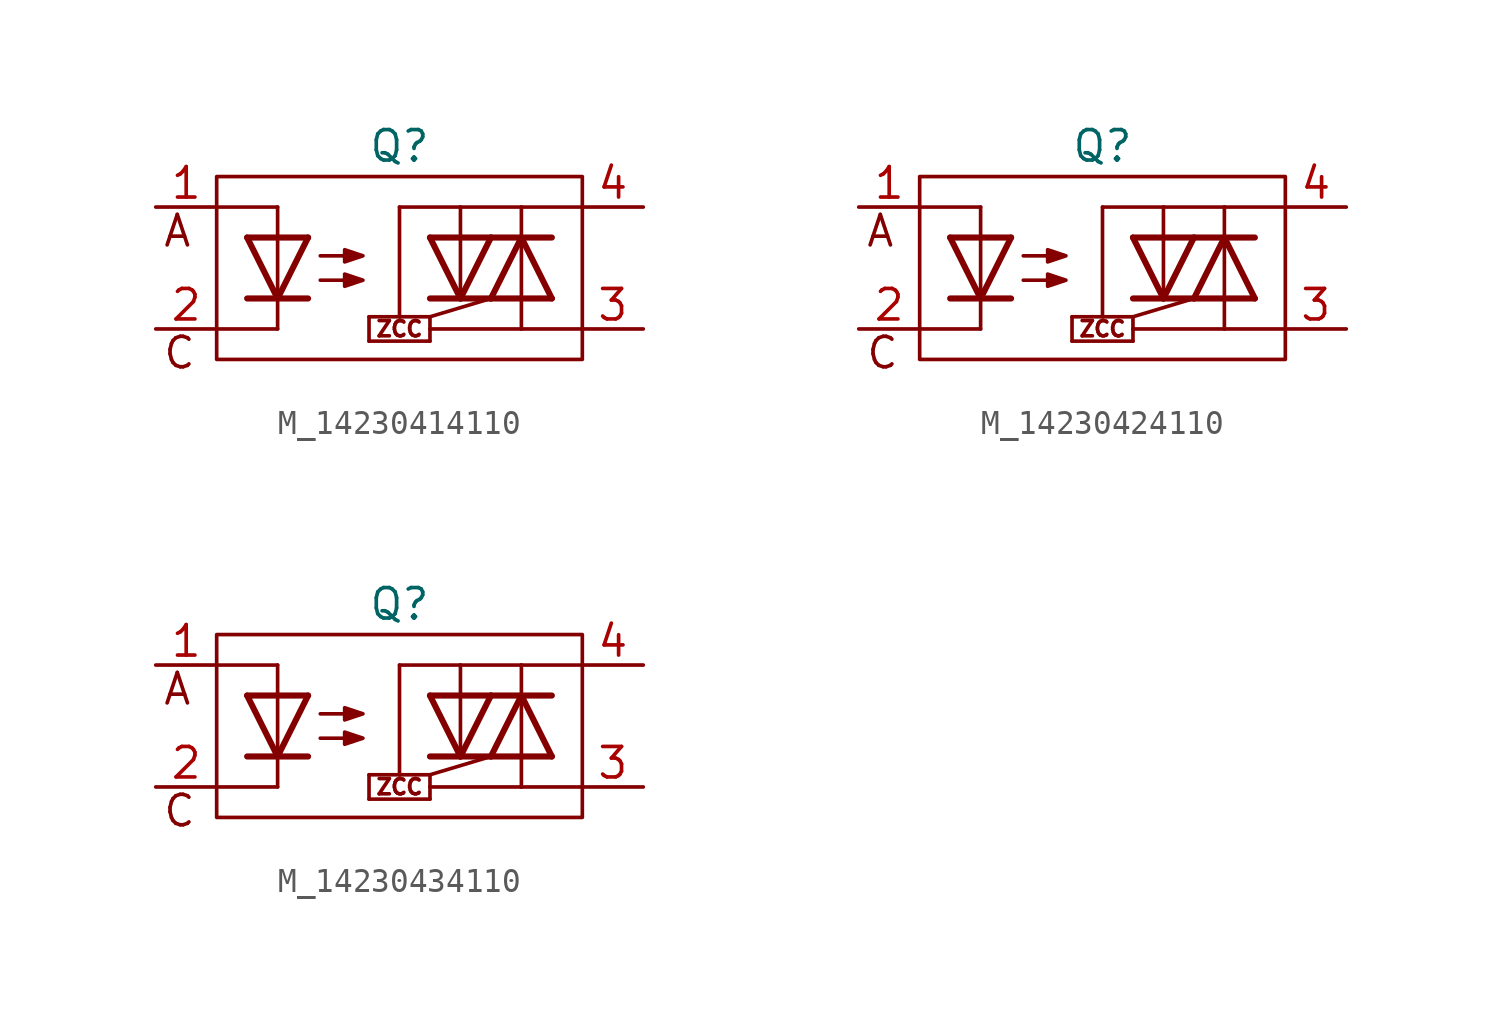
<source format=kicad_sym>
(kicad_symbol_lib
  (version 20220914)
  (generator kicad_symbol_editor)
  (symbol "M_14230414110"
    (pin_names hide)
    (property "Reference" "Q"
      (at 0 5.08 0)
      (effects (font (size 1.27 1.27))))
    (symbol "M_14230414110_0_0"
      (polyline (pts (xy -5.08 -2.54) (xy -7.62 -2.54)) (stroke (width 0.152) (type default)) (fill (type none)))
      (polyline (pts (xy -5.08 -1.27) (xy -6.35 -1.27)) (stroke (width 0.254) (type default)) (fill (type none)))
      (polyline (pts (xy -5.08 -1.27) (xy -6.35 1.27)) (stroke (width 0.254) (type default)) (fill (type none)))
      (polyline (pts (xy -5.08 -1.27) (xy -5.08 -2.54)) (stroke (width 0.152) (type default)) (fill (type none)))
      (polyline (pts (xy -5.08 1.27) (xy -6.35 1.27)) (stroke (width 0.254) (type default)) (fill (type none)))
      (polyline (pts (xy -5.08 1.27) (xy -5.08 -1.27)) (stroke (width 0.152) (type default)) (fill (type none)))
      (polyline (pts (xy -5.08 1.27) (xy -5.08 2.54)) (stroke (width 0.152) (type default)) (fill (type none)))
      (polyline (pts (xy -3.81 -1.27) (xy -5.08 -1.27)) (stroke (width 0.254) (type default)) (fill (type none)))
      (polyline (pts (xy -3.81 1.27) (xy -5.08 -1.27)) (stroke (width 0.254) (type default)) (fill (type none)))
      (polyline (pts (xy -3.81 1.27) (xy -5.08 1.27)) (stroke (width 0.254) (type default)) (fill (type none)))
      (polyline (pts (xy -3.302 -0.508) (xy -2.032 -0.508)) (stroke (width 0.152) (type default)) (fill (type none)))
      (polyline (pts (xy -3.302 0.508) (xy -2.032 0.508)) (stroke (width 0.152) (type default)) (fill (type none)))
      (polyline (pts (xy -1.27 -3.048) (xy -1.27 -2.032)) (stroke (width 0.152) (type default)) (fill (type none)))
      (polyline (pts (xy -1.27 -2.032) (xy 0 -2.032)) (stroke (width 0.152) (type default)) (fill (type none)))
      (polyline (pts (xy 0 -2.032) (xy 1.27 -2.032)) (stroke (width 0.152) (type default)) (fill (type none)))
      (polyline (pts (xy 0 2.54) (xy 0 -2.032)) (stroke (width 0.152) (type default)) (fill (type none)))
      (polyline (pts (xy 1.27 -3.048) (xy -1.27 -3.048)) (stroke (width 0.152) (type default)) (fill (type none)))
      (polyline (pts (xy 1.27 -2.54) (xy 1.27 -3.048)) (stroke (width 0.152) (type default)) (fill (type none)))
      (polyline (pts (xy 1.27 -2.54) (xy 5.08 -2.54)) (stroke (width 0.152) (type default)) (fill (type none)))
      (polyline (pts (xy 1.27 -2.032) (xy 1.27 -2.54)) (stroke (width 0.152) (type default)) (fill (type none)))
      (polyline (pts (xy 2.54 -1.27) (xy 1.27 -1.27)) (stroke (width 0.254) (type default)) (fill (type none)))
      (polyline (pts (xy 2.54 -1.27) (xy 1.27 1.27)) (stroke (width 0.254) (type default)) (fill (type none)))
      (polyline (pts (xy 2.54 1.27) (xy 1.27 1.27)) (stroke (width 0.254) (type default)) (fill (type none)))
      (polyline (pts (xy 2.54 1.27) (xy 2.54 -1.27)) (stroke (width 0.152) (type default)) (fill (type none)))
      (polyline (pts (xy 2.54 1.27) (xy 2.54 2.54)) (stroke (width 0.152) (type default)) (fill (type none)))
      (polyline (pts (xy 2.54 2.54) (xy 0 2.54)) (stroke (width 0.152) (type default)) (fill (type none)))
      (polyline (pts (xy 3.81 -1.27) (xy 1.27 -2.032)) (stroke (width 0.152) (type default)) (fill (type none)))
      (polyline (pts (xy 3.81 -1.27) (xy 2.54 -1.27)) (stroke (width 0.254) (type default)) (fill (type none)))
      (polyline (pts (xy 3.81 -1.27) (xy 5.08 -1.27)) (stroke (width 0.254) (type default)) (fill (type none)))
      (polyline (pts (xy 3.81 -1.27) (xy 5.08 1.27)) (stroke (width 0.254) (type default)) (fill (type none)))
      (polyline (pts (xy 3.81 1.27) (xy 2.54 -1.27)) (stroke (width 0.254) (type default)) (fill (type none)))
      (polyline (pts (xy 3.81 1.27) (xy 2.54 1.27)) (stroke (width 0.254) (type default)) (fill (type none)))
      (polyline (pts (xy 3.81 1.27) (xy 5.08 1.27)) (stroke (width 0.254) (type default)) (fill (type none)))
      (polyline (pts (xy 5.08 -1.27) (xy 5.08 -2.54)) (stroke (width 0.152) (type default)) (fill (type none)))
      (polyline (pts (xy 5.08 -1.27) (xy 5.08 1.27)) (stroke (width 0.152) (type default)) (fill (type none)))
      (polyline (pts (xy 5.08 -1.27) (xy 6.35 -1.27)) (stroke (width 0.254) (type default)) (fill (type none)))
      (polyline (pts (xy 5.08 1.27) (xy 5.08 2.54)) (stroke (width 0.152) (type default)) (fill (type none)))
      (polyline (pts (xy 5.08 1.27) (xy 6.35 -1.27)) (stroke (width 0.254) (type default)) (fill (type none)))
      (polyline (pts (xy 5.08 1.27) (xy 6.35 1.27)) (stroke (width 0.254) (type default)) (fill (type none)))
      (polyline (pts (xy 5.08 2.54) (xy 2.54 2.54)) (stroke (width 0.152) (type default)) (fill (type none)))
      (polyline (pts (xy 7.62 -2.54) (xy 5.08 -2.54)) (stroke (width 0.152) (type default)) (fill (type none)))
      (polyline (pts (xy 7.62 2.54) (xy 5.08 2.54)) (stroke (width 0.152) (type default)) (fill (type none)))
      (polyline (pts (xy -2.286 -0.254) (xy -1.524 -0.508) (xy -2.286 -0.762) (xy -2.286 -0.254)) (stroke (width 0.152) (type default)) (fill (type outline)))
      (polyline (pts (xy -2.286 0.762) (xy -1.524 0.508) (xy -2.286 0.254) (xy -2.286 0.762)) (stroke (width 0.152) (type default)) (fill (type outline)))
      (text "A" (at -9.906 2.286 0) (effects (font (size 1.27 1.27)) (justify left top)))
      (text "C" (at -9.906 -2.794 0) (effects (font (size 1.27 1.27)) (justify left top))))
    (symbol "M_14230414110_0_1"
      (rectangle (start -7.62 3.81) (end 7.62 -3.81) (stroke (width 0) (type default)) (fill (type none))))
    (symbol "M_14230414110_1_0"
      (polyline (pts (xy -5.08 2.54) (xy -7.62 2.54)) (stroke (width 0.152) (type default)) (fill (type none)))
      (text "ZCC" (at 0 -2.54 0) (effects (font (size 0.635 0.635))))
      (pin passive line (at -10.16 2.54 0) (length 2.54) (name "Anode" (effects (font (size 1.27 1.27)))) (number "1" (effects (font (size 1.27 1.27)))))
      (pin passive line (at -10.16 -2.54 0) (length 2.54) (name "Cathode" (effects (font (size 1.27 1.27)))) (number "2" (effects (font (size 1.27 1.27)))))
      (pin passive line (at 10.16 -2.54 180) (length 2.54) (name "Teminal" (effects (font (size 1.27 1.27)))) (number "3" (effects (font (size 1.27 1.27)))))
      (pin passive line (at 10.16 2.54 180) (length 2.54) (name "Teminal" (effects (font (size 1.27 1.27)))) (number "4" (effects (font (size 1.27 1.27)))))))
  (symbol "M_14230424110"
    (pin_names hide)
    (property "Reference" "Q"
      (at 0 5.08 0)
      (effects (font (size 1.27 1.27))))
    (symbol "M_14230424110_0_0"
      (polyline (pts (xy -5.08 -2.54) (xy -7.62 -2.54)) (stroke (width 0.152) (type default)) (fill (type none)))
      (polyline (pts (xy -5.08 -1.27) (xy -6.35 -1.27)) (stroke (width 0.254) (type default)) (fill (type none)))
      (polyline (pts (xy -5.08 -1.27) (xy -6.35 1.27)) (stroke (width 0.254) (type default)) (fill (type none)))
      (polyline (pts (xy -5.08 -1.27) (xy -5.08 -2.54)) (stroke (width 0.152) (type default)) (fill (type none)))
      (polyline (pts (xy -5.08 1.27) (xy -6.35 1.27)) (stroke (width 0.254) (type default)) (fill (type none)))
      (polyline (pts (xy -5.08 1.27) (xy -5.08 -1.27)) (stroke (width 0.152) (type default)) (fill (type none)))
      (polyline (pts (xy -5.08 1.27) (xy -5.08 2.54)) (stroke (width 0.152) (type default)) (fill (type none)))
      (polyline (pts (xy -3.81 -1.27) (xy -5.08 -1.27)) (stroke (width 0.254) (type default)) (fill (type none)))
      (polyline (pts (xy -3.81 1.27) (xy -5.08 -1.27)) (stroke (width 0.254) (type default)) (fill (type none)))
      (polyline (pts (xy -3.81 1.27) (xy -5.08 1.27)) (stroke (width 0.254) (type default)) (fill (type none)))
      (polyline (pts (xy -3.302 -0.508) (xy -2.032 -0.508)) (stroke (width 0.152) (type default)) (fill (type none)))
      (polyline (pts (xy -3.302 0.508) (xy -2.032 0.508)) (stroke (width 0.152) (type default)) (fill (type none)))
      (polyline (pts (xy -1.27 -3.048) (xy -1.27 -2.032)) (stroke (width 0.152) (type default)) (fill (type none)))
      (polyline (pts (xy -1.27 -2.032) (xy 0 -2.032)) (stroke (width 0.152) (type default)) (fill (type none)))
      (polyline (pts (xy 0 -2.032) (xy 1.27 -2.032)) (stroke (width 0.152) (type default)) (fill (type none)))
      (polyline (pts (xy 0 2.54) (xy 0 -2.032)) (stroke (width 0.152) (type default)) (fill (type none)))
      (polyline (pts (xy 1.27 -3.048) (xy -1.27 -3.048)) (stroke (width 0.152) (type default)) (fill (type none)))
      (polyline (pts (xy 1.27 -2.54) (xy 1.27 -3.048)) (stroke (width 0.152) (type default)) (fill (type none)))
      (polyline (pts (xy 1.27 -2.54) (xy 5.08 -2.54)) (stroke (width 0.152) (type default)) (fill (type none)))
      (polyline (pts (xy 1.27 -2.032) (xy 1.27 -2.54)) (stroke (width 0.152) (type default)) (fill (type none)))
      (polyline (pts (xy 2.54 -1.27) (xy 1.27 -1.27)) (stroke (width 0.254) (type default)) (fill (type none)))
      (polyline (pts (xy 2.54 -1.27) (xy 1.27 1.27)) (stroke (width 0.254) (type default)) (fill (type none)))
      (polyline (pts (xy 2.54 1.27) (xy 1.27 1.27)) (stroke (width 0.254) (type default)) (fill (type none)))
      (polyline (pts (xy 2.54 1.27) (xy 2.54 -1.27)) (stroke (width 0.152) (type default)) (fill (type none)))
      (polyline (pts (xy 2.54 1.27) (xy 2.54 2.54)) (stroke (width 0.152) (type default)) (fill (type none)))
      (polyline (pts (xy 2.54 2.54) (xy 0 2.54)) (stroke (width 0.152) (type default)) (fill (type none)))
      (polyline (pts (xy 3.81 -1.27) (xy 1.27 -2.032)) (stroke (width 0.152) (type default)) (fill (type none)))
      (polyline (pts (xy 3.81 -1.27) (xy 2.54 -1.27)) (stroke (width 0.254) (type default)) (fill (type none)))
      (polyline (pts (xy 3.81 -1.27) (xy 5.08 -1.27)) (stroke (width 0.254) (type default)) (fill (type none)))
      (polyline (pts (xy 3.81 -1.27) (xy 5.08 1.27)) (stroke (width 0.254) (type default)) (fill (type none)))
      (polyline (pts (xy 3.81 1.27) (xy 2.54 -1.27)) (stroke (width 0.254) (type default)) (fill (type none)))
      (polyline (pts (xy 3.81 1.27) (xy 2.54 1.27)) (stroke (width 0.254) (type default)) (fill (type none)))
      (polyline (pts (xy 3.81 1.27) (xy 5.08 1.27)) (stroke (width 0.254) (type default)) (fill (type none)))
      (polyline (pts (xy 5.08 -1.27) (xy 5.08 -2.54)) (stroke (width 0.152) (type default)) (fill (type none)))
      (polyline (pts (xy 5.08 -1.27) (xy 5.08 1.27)) (stroke (width 0.152) (type default)) (fill (type none)))
      (polyline (pts (xy 5.08 -1.27) (xy 6.35 -1.27)) (stroke (width 0.254) (type default)) (fill (type none)))
      (polyline (pts (xy 5.08 1.27) (xy 5.08 2.54)) (stroke (width 0.152) (type default)) (fill (type none)))
      (polyline (pts (xy 5.08 1.27) (xy 6.35 -1.27)) (stroke (width 0.254) (type default)) (fill (type none)))
      (polyline (pts (xy 5.08 1.27) (xy 6.35 1.27)) (stroke (width 0.254) (type default)) (fill (type none)))
      (polyline (pts (xy 5.08 2.54) (xy 2.54 2.54)) (stroke (width 0.152) (type default)) (fill (type none)))
      (polyline (pts (xy 7.62 -2.54) (xy 5.08 -2.54)) (stroke (width 0.152) (type default)) (fill (type none)))
      (polyline (pts (xy 7.62 2.54) (xy 5.08 2.54)) (stroke (width 0.152) (type default)) (fill (type none)))
      (polyline (pts (xy -2.286 -0.254) (xy -1.524 -0.508) (xy -2.286 -0.762) (xy -2.286 -0.254)) (stroke (width 0.152) (type default)) (fill (type outline)))
      (polyline (pts (xy -2.286 0.762) (xy -1.524 0.508) (xy -2.286 0.254) (xy -2.286 0.762)) (stroke (width 0.152) (type default)) (fill (type outline)))
      (text "A" (at -9.906 2.286 0) (effects (font (size 1.27 1.27)) (justify left top)))
      (text "C" (at -9.906 -2.794 0) (effects (font (size 1.27 1.27)) (justify left top))))
    (symbol "M_14230424110_0_1"
      (rectangle (start -7.62 3.81) (end 7.62 -3.81) (stroke (width 0) (type default)) (fill (type none))))
    (symbol "M_14230424110_1_0"
      (polyline (pts (xy -5.08 2.54) (xy -7.62 2.54)) (stroke (width 0.152) (type default)) (fill (type none)))
      (text "ZCC" (at 0 -2.54 0) (effects (font (size 0.635 0.635))))
      (pin passive line (at -10.16 2.54 0) (length 2.54) (name "Anode" (effects (font (size 1.27 1.27)))) (number "1" (effects (font (size 1.27 1.27)))))
      (pin passive line (at -10.16 -2.54 0) (length 2.54) (name "Cathode" (effects (font (size 1.27 1.27)))) (number "2" (effects (font (size 1.27 1.27)))))
      (pin passive line (at 10.16 -2.54 180) (length 2.54) (name "Teminal" (effects (font (size 1.27 1.27)))) (number "3" (effects (font (size 1.27 1.27)))))
      (pin passive line (at 10.16 2.54 180) (length 2.54) (name "Teminal" (effects (font (size 1.27 1.27)))) (number "4" (effects (font (size 1.27 1.27)))))))
  (symbol "M_14230434110"
    (pin_names hide)
    (property "Reference" "Q"
      (at 0 5.08 0)
      (effects (font (size 1.27 1.27))))
    (symbol "M_14230434110_0_0"
      (polyline (pts (xy -5.08 -2.54) (xy -7.62 -2.54)) (stroke (width 0.152) (type default)) (fill (type none)))
      (polyline (pts (xy -5.08 -1.27) (xy -6.35 -1.27)) (stroke (width 0.254) (type default)) (fill (type none)))
      (polyline (pts (xy -5.08 -1.27) (xy -6.35 1.27)) (stroke (width 0.254) (type default)) (fill (type none)))
      (polyline (pts (xy -5.08 -1.27) (xy -5.08 -2.54)) (stroke (width 0.152) (type default)) (fill (type none)))
      (polyline (pts (xy -5.08 1.27) (xy -6.35 1.27)) (stroke (width 0.254) (type default)) (fill (type none)))
      (polyline (pts (xy -5.08 1.27) (xy -5.08 -1.27)) (stroke (width 0.152) (type default)) (fill (type none)))
      (polyline (pts (xy -5.08 1.27) (xy -5.08 2.54)) (stroke (width 0.152) (type default)) (fill (type none)))
      (polyline (pts (xy -3.81 -1.27) (xy -5.08 -1.27)) (stroke (width 0.254) (type default)) (fill (type none)))
      (polyline (pts (xy -3.81 1.27) (xy -5.08 -1.27)) (stroke (width 0.254) (type default)) (fill (type none)))
      (polyline (pts (xy -3.81 1.27) (xy -5.08 1.27)) (stroke (width 0.254) (type default)) (fill (type none)))
      (polyline (pts (xy -3.302 -0.508) (xy -2.032 -0.508)) (stroke (width 0.152) (type default)) (fill (type none)))
      (polyline (pts (xy -3.302 0.508) (xy -2.032 0.508)) (stroke (width 0.152) (type default)) (fill (type none)))
      (polyline (pts (xy -1.27 -3.048) (xy -1.27 -2.032)) (stroke (width 0.152) (type default)) (fill (type none)))
      (polyline (pts (xy -1.27 -2.032) (xy 0 -2.032)) (stroke (width 0.152) (type default)) (fill (type none)))
      (polyline (pts (xy 0 -2.032) (xy 1.27 -2.032)) (stroke (width 0.152) (type default)) (fill (type none)))
      (polyline (pts (xy 0 2.54) (xy 0 -2.032)) (stroke (width 0.152) (type default)) (fill (type none)))
      (polyline (pts (xy 1.27 -3.048) (xy -1.27 -3.048)) (stroke (width 0.152) (type default)) (fill (type none)))
      (polyline (pts (xy 1.27 -2.54) (xy 1.27 -3.048)) (stroke (width 0.152) (type default)) (fill (type none)))
      (polyline (pts (xy 1.27 -2.54) (xy 5.08 -2.54)) (stroke (width 0.152) (type default)) (fill (type none)))
      (polyline (pts (xy 1.27 -2.032) (xy 1.27 -2.54)) (stroke (width 0.152) (type default)) (fill (type none)))
      (polyline (pts (xy 2.54 -1.27) (xy 1.27 -1.27)) (stroke (width 0.254) (type default)) (fill (type none)))
      (polyline (pts (xy 2.54 -1.27) (xy 1.27 1.27)) (stroke (width 0.254) (type default)) (fill (type none)))
      (polyline (pts (xy 2.54 1.27) (xy 1.27 1.27)) (stroke (width 0.254) (type default)) (fill (type none)))
      (polyline (pts (xy 2.54 1.27) (xy 2.54 -1.27)) (stroke (width 0.152) (type default)) (fill (type none)))
      (polyline (pts (xy 2.54 1.27) (xy 2.54 2.54)) (stroke (width 0.152) (type default)) (fill (type none)))
      (polyline (pts (xy 2.54 2.54) (xy 0 2.54)) (stroke (width 0.152) (type default)) (fill (type none)))
      (polyline (pts (xy 3.81 -1.27) (xy 1.27 -2.032)) (stroke (width 0.152) (type default)) (fill (type none)))
      (polyline (pts (xy 3.81 -1.27) (xy 2.54 -1.27)) (stroke (width 0.254) (type default)) (fill (type none)))
      (polyline (pts (xy 3.81 -1.27) (xy 5.08 -1.27)) (stroke (width 0.254) (type default)) (fill (type none)))
      (polyline (pts (xy 3.81 -1.27) (xy 5.08 1.27)) (stroke (width 0.254) (type default)) (fill (type none)))
      (polyline (pts (xy 3.81 1.27) (xy 2.54 -1.27)) (stroke (width 0.254) (type default)) (fill (type none)))
      (polyline (pts (xy 3.81 1.27) (xy 2.54 1.27)) (stroke (width 0.254) (type default)) (fill (type none)))
      (polyline (pts (xy 3.81 1.27) (xy 5.08 1.27)) (stroke (width 0.254) (type default)) (fill (type none)))
      (polyline (pts (xy 5.08 -1.27) (xy 5.08 -2.54)) (stroke (width 0.152) (type default)) (fill (type none)))
      (polyline (pts (xy 5.08 -1.27) (xy 5.08 1.27)) (stroke (width 0.152) (type default)) (fill (type none)))
      (polyline (pts (xy 5.08 -1.27) (xy 6.35 -1.27)) (stroke (width 0.254) (type default)) (fill (type none)))
      (polyline (pts (xy 5.08 1.27) (xy 5.08 2.54)) (stroke (width 0.152) (type default)) (fill (type none)))
      (polyline (pts (xy 5.08 1.27) (xy 6.35 -1.27)) (stroke (width 0.254) (type default)) (fill (type none)))
      (polyline (pts (xy 5.08 1.27) (xy 6.35 1.27)) (stroke (width 0.254) (type default)) (fill (type none)))
      (polyline (pts (xy 5.08 2.54) (xy 2.54 2.54)) (stroke (width 0.152) (type default)) (fill (type none)))
      (polyline (pts (xy 7.62 -2.54) (xy 5.08 -2.54)) (stroke (width 0.152) (type default)) (fill (type none)))
      (polyline (pts (xy 7.62 2.54) (xy 5.08 2.54)) (stroke (width 0.152) (type default)) (fill (type none)))
      (polyline (pts (xy -2.286 -0.254) (xy -1.524 -0.508) (xy -2.286 -0.762) (xy -2.286 -0.254)) (stroke (width 0.152) (type default)) (fill (type outline)))
      (polyline (pts (xy -2.286 0.762) (xy -1.524 0.508) (xy -2.286 0.254) (xy -2.286 0.762)) (stroke (width 0.152) (type default)) (fill (type outline)))
      (text "A" (at -9.906 2.286 0) (effects (font (size 1.27 1.27)) (justify left top)))
      (text "C" (at -9.906 -2.794 0) (effects (font (size 1.27 1.27)) (justify left top))))
    (symbol "M_14230434110_0_1"
      (rectangle (start -7.62 3.81) (end 7.62 -3.81) (stroke (width 0) (type default)) (fill (type none))))
    (symbol "M_14230434110_1_0"
      (polyline (pts (xy -5.08 2.54) (xy -7.62 2.54)) (stroke (width 0.152) (type default)) (fill (type none)))
      (text "ZCC" (at 0 -2.54 0) (effects (font (size 0.635 0.635))))
      (pin passive line (at -10.16 2.54 0) (length 2.54) (name "Anode" (effects (font (size 1.27 1.27)))) (number "1" (effects (font (size 1.27 1.27)))))
      (pin passive line (at -10.16 -2.54 0) (length 2.54) (name "Cathode" (effects (font (size 1.27 1.27)))) (number "2" (effects (font (size 1.27 1.27)))))
      (pin passive line (at 10.16 -2.54 180) (length 2.54) (name "Teminal" (effects (font (size 1.27 1.27)))) (number "3" (effects (font (size 1.27 1.27)))))
      (pin passive line (at 10.16 2.54 180) (length 2.54) (name "Teminal" (effects (font (size 1.27 1.27)))) (number "4" (effects (font (size 1.27 1.27))))))))
</source>
